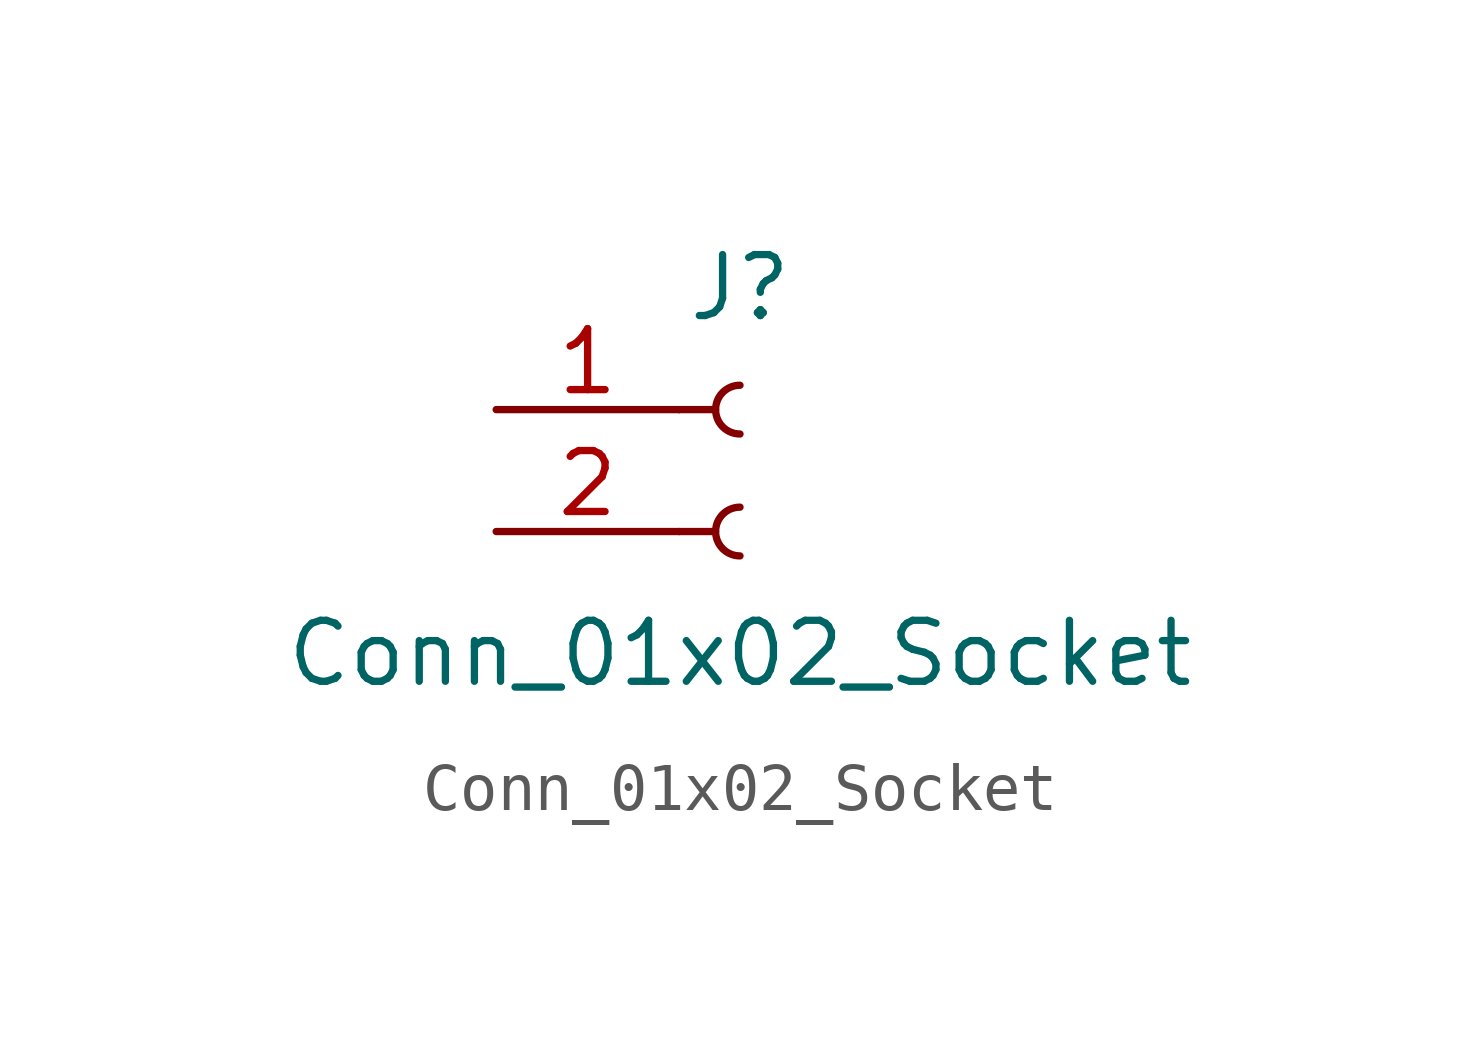
<source format=kicad_sym>
(kicad_symbol_lib
  (version 20231120)
  (generator "kicad_symbol_editor")
  (generator_version "8.0")
  (symbol "Conn_01x02_Socket"
    (pin_names
      (offset 1.016) hide)
    (property "Reference" "J"
      (at 0 2.54 0)
      (effects (font (size 1.27 1.27))))
    (property "Value" "Conn_01x02_Socket"
      (at 0 -5.08 0)
      (effects (font (size 1.27 1.27))))
    (property "ki_locked" ""
      (at 0 0 0)
      (effects (font (size 1.27 1.27))))
    (symbol "Conn_01x02_Socket_1_1"
      (arc (start 0 -2.032) (mid -0.5058 -2.54) (end 0 -3.048) (stroke (width 0.1524) (type default)) (fill (type none)))
      (polyline (pts (xy -1.27 -2.54) (xy -0.508 -2.54)) (stroke (width 0.152) (type default)) (fill (type none)))
      (polyline (pts (xy -1.27 0) (xy -0.508 0)) (stroke (width 0.152) (type default)) (fill (type none)))
      (arc (start 0 0.508) (mid -0.5058 0) (end 0 -0.508) (stroke (width 0.1524) (type default)) (fill (type none)))
      (pin passive line (at -5.08 0 0) (length 3.81) (name "Pin_1" (effects (font (size 1.27 1.27)))) (number "1" (effects (font (size 1.27 1.27)))))
      (pin passive line (at -5.08 -2.54 0) (length 3.81) (name "Pin_2" (effects (font (size 1.27 1.27)))) (number "2" (effects (font (size 1.27 1.27))))))))
</source>
